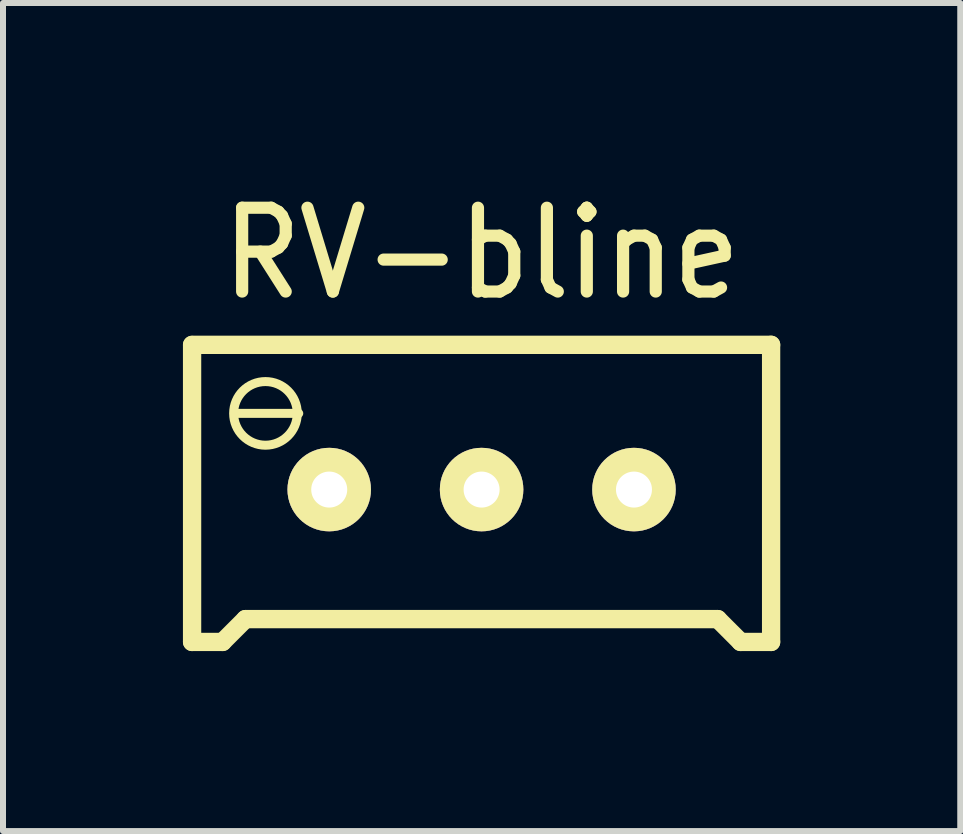
<source format=kicad_pcb>
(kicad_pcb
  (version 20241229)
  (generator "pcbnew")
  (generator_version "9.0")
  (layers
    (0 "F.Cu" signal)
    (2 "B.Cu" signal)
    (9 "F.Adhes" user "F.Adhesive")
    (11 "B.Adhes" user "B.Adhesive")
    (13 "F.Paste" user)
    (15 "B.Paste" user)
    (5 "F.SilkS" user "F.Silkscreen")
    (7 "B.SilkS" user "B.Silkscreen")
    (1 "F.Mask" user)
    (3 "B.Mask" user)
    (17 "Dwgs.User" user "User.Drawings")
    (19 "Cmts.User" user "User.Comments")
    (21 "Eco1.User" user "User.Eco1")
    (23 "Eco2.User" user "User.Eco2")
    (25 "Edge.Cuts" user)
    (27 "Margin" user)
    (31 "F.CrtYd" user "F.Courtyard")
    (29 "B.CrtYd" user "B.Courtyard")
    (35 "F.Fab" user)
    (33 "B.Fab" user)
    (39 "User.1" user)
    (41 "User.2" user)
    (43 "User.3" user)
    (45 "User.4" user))
  (footprint "RV-bline"
    (layer "F.Cu")
    (at 4.978 5.111)
    (property "Reference" "RV-bline" (at 0 -3.937 0) (layer "F.SilkS") (effects (font (size 1.397 1.27) (thickness 0.203))))
    (attr through_hole)
    (fp_line (start -4.826 -2.413) (end 4.826 -2.413) (stroke (width 0.305) (type solid)) (layer "F.SilkS"))
    (fp_line (start -4.826 2.54) (end -4.826 -2.41) (stroke (width 0.305) (type solid)) (layer "F.SilkS"))
    (fp_line (start -4.318 2.54) (end -4.826 2.54) (stroke (width 0.305) (type solid)) (layer "F.SilkS"))
    (fp_line (start -4.318 2.54) (end -3.937 2.159) (stroke (width 0.305) (type solid)) (layer "F.SilkS"))
    (fp_line (start -4.064 -1.27) (end -3.048 -1.27) (stroke (width 0.15) (type solid)) (layer "F.SilkS"))
    (fp_line (start 3.937 2.159) (end -3.937 2.159) (stroke (width 0.305) (type solid)) (layer "F.SilkS"))
    (fp_line (start 4.318 2.54) (end 3.937 2.159) (stroke (width 0.305) (type solid)) (layer "F.SilkS"))
    (fp_line (start 4.826 -2.413) (end 4.826 2.54) (stroke (width 0.305) (type solid)) (layer "F.SilkS"))
    (fp_line (start 4.826 2.54) (end 4.318 2.54) (stroke (width 0.305) (type solid)) (layer "F.SilkS"))
    (fp_circle (center -3.603 -1.27) (end -3.429 -0.769) (stroke (width 0.15) (type solid)) (fill no) (layer "F.SilkS"))
    (pad "1" thru_hole circle (at -2.54 0) (size 1.392 1.392) (drill 0.6) (layers "*.Cu" "*.Mask" "F.SilkS"))
    (pad "2" thru_hole circle (at 0 0) (size 1.392 1.392) (drill 0.6) (layers "*.Cu" "*.Mask" "F.SilkS"))
    (pad "3" thru_hole circle (at 2.54 0) (size 1.392 1.392) (drill 0.6) (layers "*.Cu" "*.Mask" "F.SilkS")))
  (gr_rect
    (start -3 -3)
    (end 12.957 10.803)
    (stroke (width 0.1) (type default))
    (fill no)
    (layer "Edge.Cuts")))
</source>
